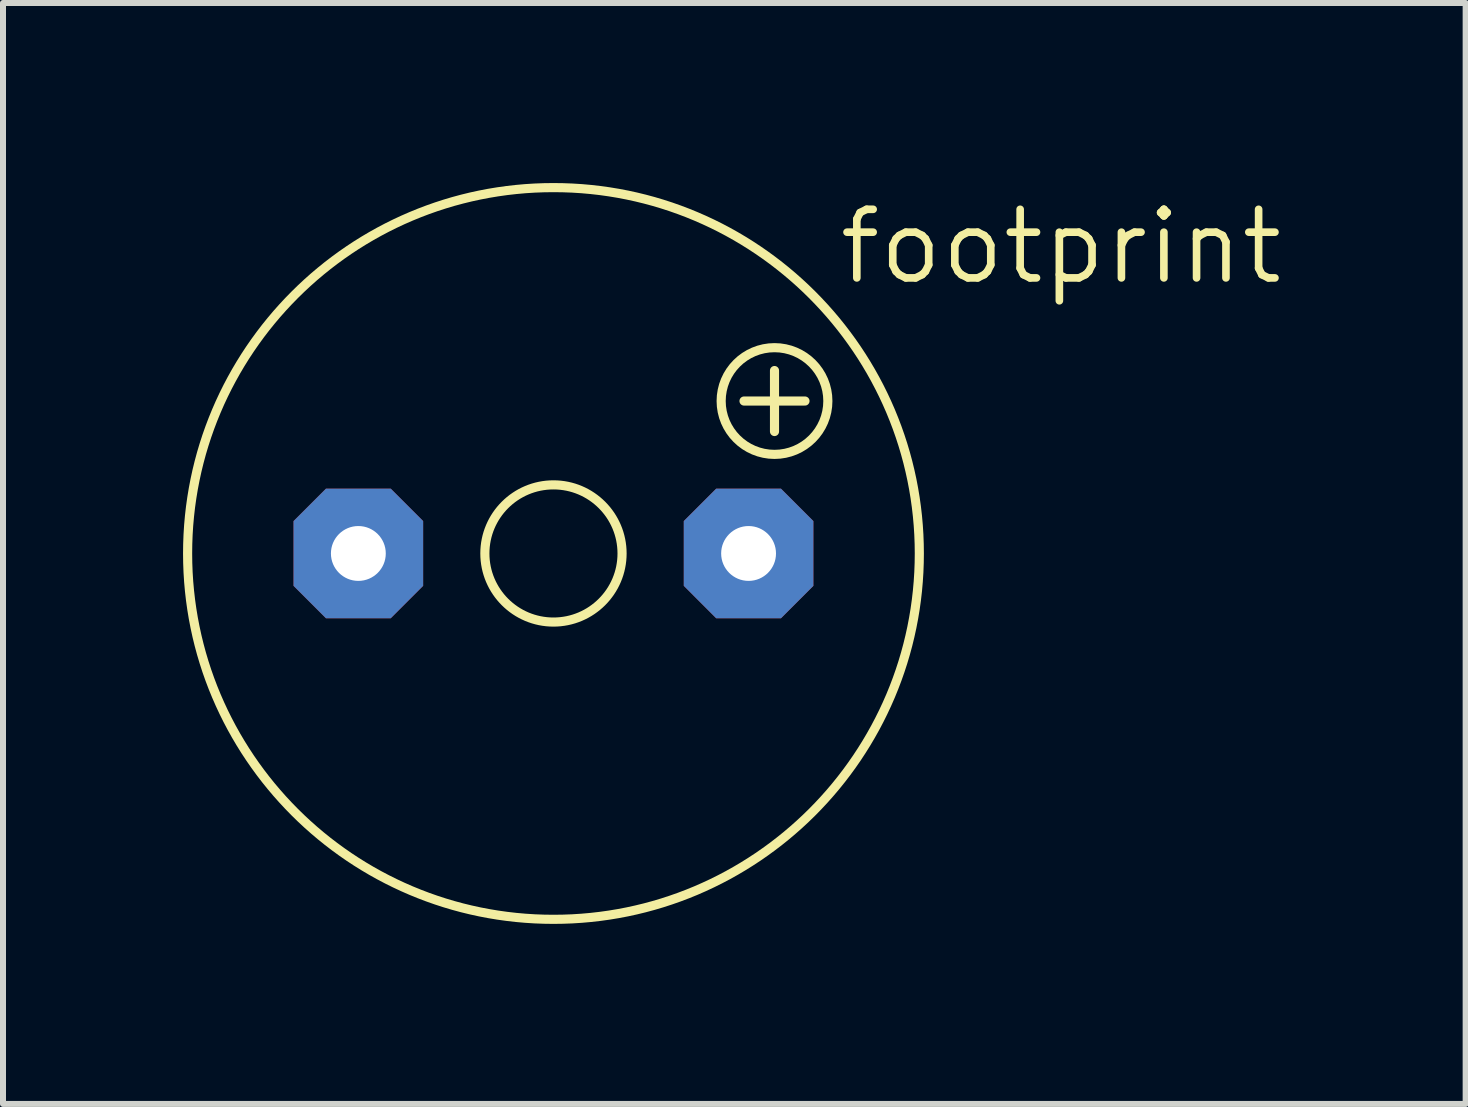
<source format=kicad_pcb>
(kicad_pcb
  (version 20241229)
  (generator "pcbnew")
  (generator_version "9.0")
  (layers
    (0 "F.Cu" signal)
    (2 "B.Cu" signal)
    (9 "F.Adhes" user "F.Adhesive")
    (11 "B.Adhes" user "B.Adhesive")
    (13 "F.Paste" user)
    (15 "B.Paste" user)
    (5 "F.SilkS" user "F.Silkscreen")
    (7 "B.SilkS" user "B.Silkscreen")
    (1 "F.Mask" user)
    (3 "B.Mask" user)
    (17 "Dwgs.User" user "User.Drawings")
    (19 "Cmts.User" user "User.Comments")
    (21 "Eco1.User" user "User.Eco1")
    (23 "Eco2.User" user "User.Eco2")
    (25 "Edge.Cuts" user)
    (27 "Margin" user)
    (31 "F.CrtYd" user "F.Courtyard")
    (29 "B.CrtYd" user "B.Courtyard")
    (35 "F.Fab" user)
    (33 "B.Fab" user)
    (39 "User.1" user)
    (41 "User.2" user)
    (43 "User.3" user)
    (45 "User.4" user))
  (footprint "footprint"
    (layer "F.Cu")
    (at 6.172 6.172)
    (property "Reference" "footprint" (at 4.699 -4.445 0) (layer "F.SilkS") (effects (font (size 1.143 1.143) (thickness 0.127)) (justify left bottom)))
    (fp_line (start 3.175 -2.54) (end 4.191 -2.54) (stroke (width 0.152) (type solid)) (layer "F.SilkS"))
    (fp_line (start 3.683 -2.032) (end 3.683 -3.048) (stroke (width 0.152) (type solid)) (layer "F.SilkS"))
    (fp_circle (center 0 0) (end 1.143 0) (stroke (width 0.152) (type solid)) (fill no) (layer "F.SilkS"))
    (fp_circle (center 0 0) (end 6.096 0) (stroke (width 0.152) (type solid)) (fill no) (layer "F.SilkS"))
    (fp_circle (center 3.683 -2.54) (end 4.572 -2.54) (stroke (width 0.152) (type solid)) (fill no) (layer "F.SilkS"))
    (pad "+" thru_hole roundrect (at 3.251 0) (size 2.159 2.159) (drill 0.914) (layers "*.Cu" "*.Mask") (roundrect_rratio 0.25) (chamfer_ratio 0.25) (chamfer top_left top_right bottom_left bottom_right))
    (pad "-" thru_hole roundrect (at -3.251 0) (size 2.159 2.159) (drill 0.914) (layers "*.Cu" "*.Mask") (roundrect_rratio 0.25) (chamfer_ratio 0.25) (chamfer top_left top_right bottom_left bottom_right)))
  (gr_rect
    (start -3 -3)
    (end 21.371 15.344)
    (stroke (width 0.1) (type default))
    (fill no)
    (layer "Edge.Cuts")))
</source>
